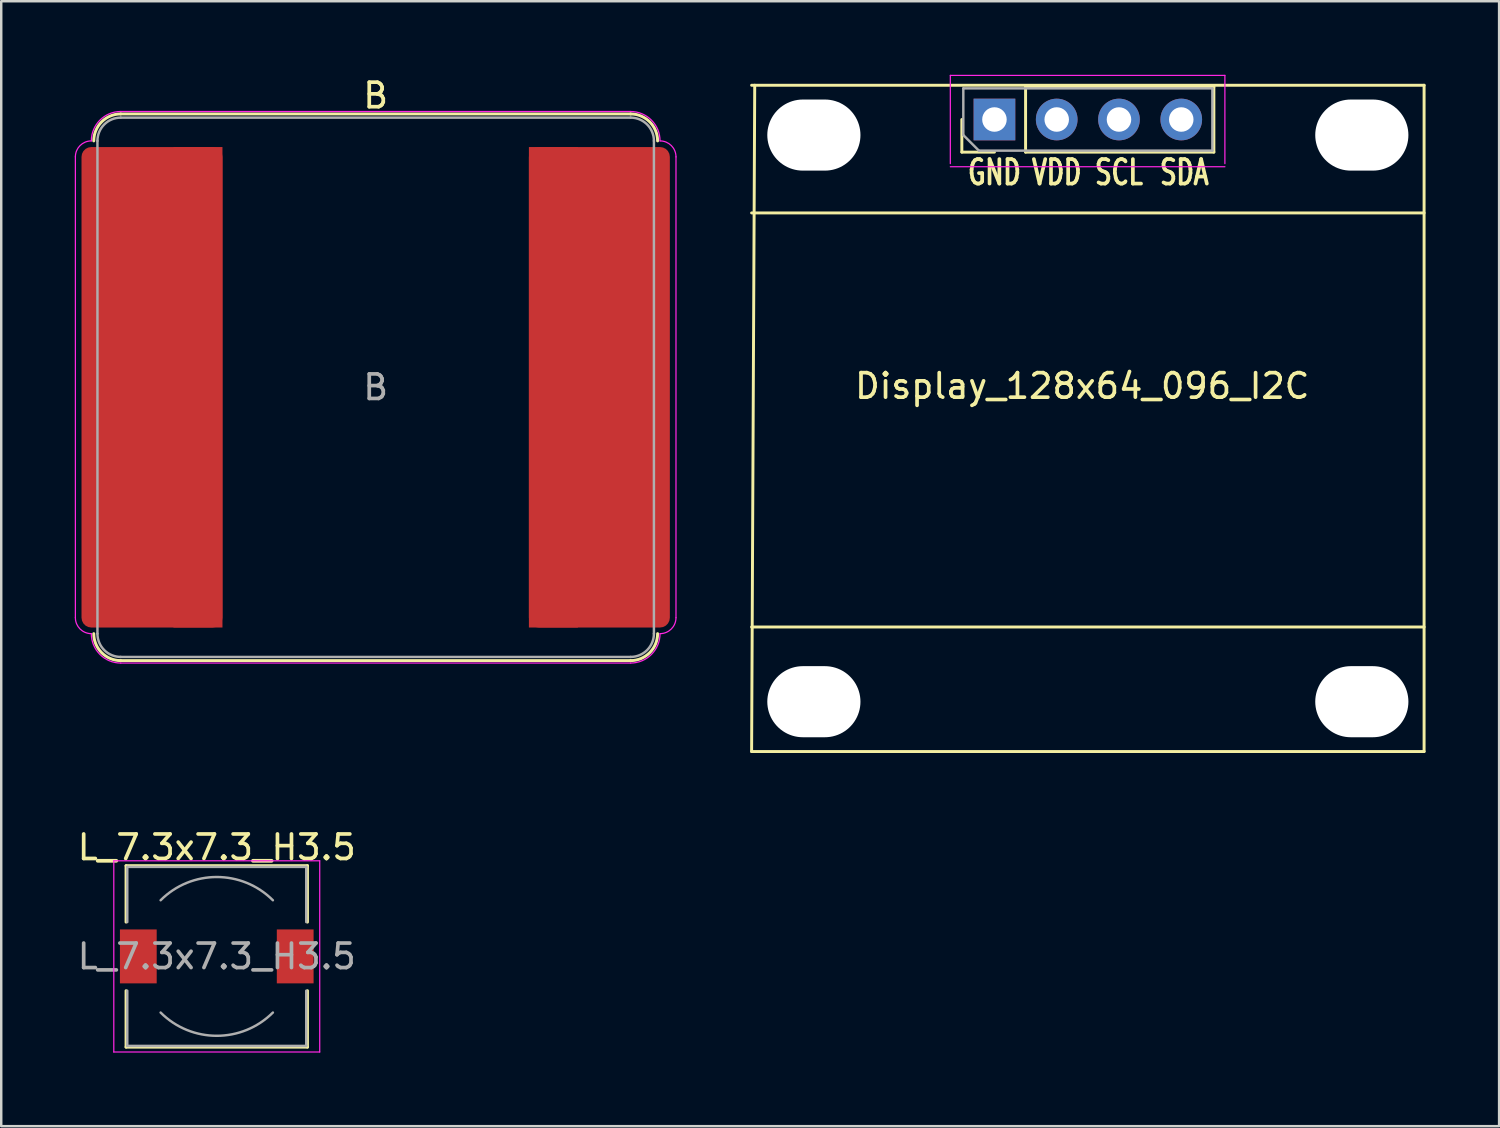
<source format=kicad_pcb>
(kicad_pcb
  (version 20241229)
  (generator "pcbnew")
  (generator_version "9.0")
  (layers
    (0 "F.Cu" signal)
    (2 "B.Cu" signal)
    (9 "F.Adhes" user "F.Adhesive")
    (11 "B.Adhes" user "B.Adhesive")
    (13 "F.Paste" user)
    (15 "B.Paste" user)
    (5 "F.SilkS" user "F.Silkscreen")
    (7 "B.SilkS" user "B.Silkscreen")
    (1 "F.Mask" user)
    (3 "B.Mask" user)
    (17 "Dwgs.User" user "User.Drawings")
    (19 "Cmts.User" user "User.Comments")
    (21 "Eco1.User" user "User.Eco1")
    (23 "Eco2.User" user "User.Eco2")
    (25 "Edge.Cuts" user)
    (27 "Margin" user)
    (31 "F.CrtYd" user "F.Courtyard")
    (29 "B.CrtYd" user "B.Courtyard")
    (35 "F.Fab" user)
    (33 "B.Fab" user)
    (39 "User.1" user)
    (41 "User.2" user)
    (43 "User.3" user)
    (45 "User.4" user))
  (footprint "L_7.3x7.3_H3.5"
    (layer "F.Cu")
    (at 5.792 35.964)
    (property "Reference" "L_7.3x7.3_H3.5" (at 0 -4.45 0) (layer "F.SilkS") (effects (font (size 1 1) (thickness 0.15))))
    (attr smd)
    (fp_line (start -3.7 -3.7) (end 3.7 -3.7) (stroke (width 0.12) (type solid)) (layer "F.SilkS"))
    (fp_line (start -3.7 -1.4) (end -3.7 -3.7) (stroke (width 0.12) (type solid)) (layer "F.SilkS"))
    (fp_line (start -3.7 3.7) (end -3.7 1.4) (stroke (width 0.12) (type solid)) (layer "F.SilkS"))
    (fp_line (start 3.7 -3.7) (end 3.7 -1.4) (stroke (width 0.12) (type solid)) (layer "F.SilkS"))
    (fp_line (start 3.7 1.4) (end 3.7 3.7) (stroke (width 0.12) (type solid)) (layer "F.SilkS"))
    (fp_line (start 3.7 3.7) (end -3.7 3.7) (stroke (width 0.12) (type solid)) (layer "F.SilkS"))
    (fp_line (start -4.2 -3.9) (end -4.2 3.9) (stroke (width 0.05) (type solid)) (layer "F.CrtYd"))
    (fp_line (start -4.2 3.9) (end 4.2 3.9) (stroke (width 0.05) (type solid)) (layer "F.CrtYd"))
    (fp_line (start 4.2 -3.9) (end -4.2 -3.9) (stroke (width 0.05) (type solid)) (layer "F.CrtYd"))
    (fp_line (start 4.2 3.9) (end 4.2 -3.9) (stroke (width 0.05) (type solid)) (layer "F.CrtYd"))
    (fp_line (start -3.65 -3.65) (end -3.65 -1.4) (stroke (width 0.1) (type solid)) (layer "F.Fab"))
    (fp_line (start -3.65 -3.65) (end 3.65 -3.65) (stroke (width 0.1) (type solid)) (layer "F.Fab"))
    (fp_line (start -3.65 3.65) (end -3.65 1.4) (stroke (width 0.1) (type solid)) (layer "F.Fab"))
    (fp_line (start 3.65 -3.65) (end 3.65 -1.4) (stroke (width 0.1) (type solid)) (layer "F.Fab"))
    (fp_line (start 3.65 3.65) (end -3.65 3.65) (stroke (width 0.1) (type solid)) (layer "F.Fab"))
    (fp_line (start 3.65 3.65) (end 3.65 1.4) (stroke (width 0.1) (type solid)) (layer "F.Fab"))
    (fp_arc (start -2.29 -2.29) (mid 0 -3.238549) (end 2.29 -2.29) (stroke (width 0.1) (type solid)) (layer "F.Fab"))
    (fp_arc (start 2.29 2.29) (mid 0 3.238549) (end -2.29 2.29) (stroke (width 0.1) (type solid)) (layer "F.Fab"))
    (fp_text user "${REFERENCE}" (at 0 0 0) (layer "F.Fab") (effects (font (size 1 1) (thickness 0.15))))
    (pad "1" smd rect (at -3.2 0) (size 1.5 2.2) (layers "F.Cu" "F.Mask" "F.Paste"))
    (pad "2" smd rect (at 3.2 0) (size 1.5 2.2) (layers "F.Cu" "F.Mask" "F.Paste")))
  (footprint "Display_128x64_096_I2C"
    (layer "F.Cu")
    (at 41.326 1.825)
    (property "Reference" "Display_128x64_096_I2C" (at -0.229 10.871 0) (layer "F.SilkS") (effects (font (size 1 1) (thickness 0.15))))
    (attr through_hole)
    (fp_line (start -13.716 -1.397) (end 13.716 -1.397) (stroke (width 0.12) (type solid)) (layer "F.SilkS"))
    (fp_line (start -13.716 3.81) (end 13.716 3.81) (stroke (width 0.12) (type solid)) (layer "F.SilkS"))
    (fp_line (start -13.716 20.701) (end 13.716 20.701) (stroke (width 0.12) (type solid)) (layer "F.SilkS"))
    (fp_line (start -13.716 25.781) (end -13.589 -1.397) (stroke (width 0.12) (type solid)) (layer "F.SilkS"))
    (fp_line (start -5.14 1.33) (end -5.14 0) (stroke (width 0.12) (type solid)) (layer "F.SilkS"))
    (fp_line (start -3.81 1.33) (end -5.14 1.33) (stroke (width 0.12) (type solid)) (layer "F.SilkS"))
    (fp_line (start -2.54 -1.33) (end 5.14 -1.33) (stroke (width 0.12) (type solid)) (layer "F.SilkS"))
    (fp_line (start -2.54 1.33) (end -2.54 -1.33) (stroke (width 0.12) (type solid)) (layer "F.SilkS"))
    (fp_line (start -2.54 1.33) (end 5.14 1.33) (stroke (width 0.12) (type solid)) (layer "F.SilkS"))
    (fp_line (start 5.14 1.33) (end 5.14 -1.33) (stroke (width 0.12) (type solid)) (layer "F.SilkS"))
    (fp_line (start 13.716 25.781) (end -13.716 25.781) (stroke (width 0.12) (type solid)) (layer "F.SilkS"))
    (fp_line (start 13.716 25.781) (end 13.716 -1.397) (stroke (width 0.12) (type solid)) (layer "F.SilkS"))
    (fp_line (start -5.61 -1.8) (end -5.61 1.8) (stroke (width 0.05) (type solid)) (layer "F.CrtYd"))
    (fp_line (start -5.61 1.927) (end 5.59 1.927) (stroke (width 0.05) (type solid)) (layer "F.CrtYd"))
    (fp_line (start 5.59 -1.8) (end -5.61 -1.8) (stroke (width 0.05) (type solid)) (layer "F.CrtYd"))
    (fp_line (start 5.59 1.8) (end 5.59 -1.8) (stroke (width 0.05) (type solid)) (layer "F.CrtYd"))
    (fp_line (start -5.08 -1.27) (end 5.08 -1.27) (stroke (width 0.1) (type solid)) (layer "F.Fab"))
    (fp_line (start -5.08 0.635) (end -5.08 -1.27) (stroke (width 0.1) (type solid)) (layer "F.Fab"))
    (fp_line (start -4.445 1.27) (end -5.08 0.635) (stroke (width 0.1) (type solid)) (layer "F.Fab"))
    (fp_line (start 5.08 -1.27) (end 5.08 1.27) (stroke (width 0.1) (type solid)) (layer "F.Fab"))
    (fp_line (start 5.08 1.27) (end -4.445 1.27) (stroke (width 0.1) (type solid)) (layer "F.Fab"))
    (fp_text user "SDA" (at 3.937 2.159 0) (layer "F.SilkS") (effects (font (size 1 0.7) (thickness 0.15))))
    (fp_text user "SCL" (at 1.27 2.159 0) (layer "F.SilkS") (effects (font (size 1 0.7) (thickness 0.15))))
    (fp_text user "GND" (at -3.81 2.159 0) (layer "F.SilkS") (effects (font (size 1 0.7) (thickness 0.15))))
    (fp_text user "VDD" (at -1.27 2.159 0) (layer "F.SilkS") (effects (font (size 1 0.7) (thickness 0.15))))
    (pad "" np_thru_hole oval (at -11.176 0.635) (size 3.8 2.9) (drill oval 3.8 2.9) (layers "*.Cu" "*.Mask"))
    (pad "" np_thru_hole oval (at -11.176 23.749) (size 3.8 2.9) (drill oval 3.8 2.9) (layers "*.Cu" "*.Mask"))
    (pad "" np_thru_hole oval (at 11.176 0.635) (size 3.8 2.9) (drill oval 3.8 2.9) (layers "*.Cu" "*.Mask"))
    (pad "" np_thru_hole oval (at 11.176 23.749) (size 3.8 2.9) (drill oval 3.8 2.9) (layers "*.Cu" "*.Mask"))
    (pad "1" thru_hole rect (at -3.81 0 90) (size 1.7 1.7) (drill 1) (layers "*.Cu" "*.Mask"))
    (pad "2" thru_hole oval (at -1.27 0 90) (size 1.7 1.7) (drill 1) (layers "*.Cu" "*.Mask"))
    (pad "3" thru_hole oval (at 1.27 0 90) (size 1.7 1.7) (drill 1) (layers "*.Cu" "*.Mask"))
    (pad "4" thru_hole oval (at 3.81 0 90) (size 1.7 1.7) (drill 1) (layers "*.Cu" "*.Mask")))
  (footprint "B"
    (layer "F.Cu")
    (at 12.275 12.748)
    (property "Reference" "B" (at 0 -11.9 0) (layer "F.SilkS") (effects (font (size 1 1) (thickness 0.15))))
    (attr smd)
    (fp_line (start -10.4 -11.15) (end 10.4 -11.15) (stroke (width 0.12) (type solid)) (layer "F.SilkS"))
    (fp_line (start 10.4 11.15) (end -10.4 11.15) (stroke (width 0.12) (type solid)) (layer "F.SilkS"))
    (fp_arc (start -11.5 -10.05) (mid -11.177817 -10.827817) (end -10.4 -11.15) (stroke (width 0.12) (type solid)) (layer "F.SilkS"))
    (fp_arc (start -10.4 11.15) (mid -11.177817 10.827817) (end -11.5 10.05) (stroke (width 0.12) (type solid)) (layer "F.SilkS"))
    (fp_arc (start 10.4 -11.15) (mid 11.177817 -10.827817) (end 11.5 -10.05) (stroke (width 0.12) (type solid)) (layer "F.SilkS"))
    (fp_arc (start 11.5 10.05) (mid 11.177817 10.827817) (end 10.4 11.15) (stroke (width 0.12) (type solid)) (layer "F.SilkS"))
    (fp_line (start -12.25 9.4) (end -12.25 -9.4) (stroke (width 0.05) (type solid)) (layer "F.CrtYd"))
    (fp_line (start -10.4 -11.25) (end 10.4 -11.25) (stroke (width 0.05) (type solid)) (layer "F.CrtYd"))
    (fp_line (start 10.4 11.25) (end -10.4 11.25) (stroke (width 0.05) (type solid)) (layer "F.CrtYd"))
    (fp_line (start 12.25 -9.4) (end 12.25 9.4) (stroke (width 0.05) (type solid)) (layer "F.CrtYd"))
    (fp_arc (start -12.25 -9.4) (mid -12.059619 -9.859619) (end -11.6 -10.05) (stroke (width 0.05) (type solid)) (layer "F.CrtYd"))
    (fp_arc (start -11.6 -10.05) (mid -11.248528 -10.898528) (end -10.4 -11.25) (stroke (width 0.05) (type solid)) (layer "F.CrtYd"))
    (fp_arc (start -11.6 10.05) (mid -12.059619 9.859619) (end -12.25 9.4) (stroke (width 0.05) (type solid)) (layer "F.CrtYd"))
    (fp_arc (start -10.4 11.25) (mid -11.248528 10.898528) (end -11.6 10.05) (stroke (width 0.05) (type solid)) (layer "F.CrtYd"))
    (fp_arc (start 10.4 -11.25) (mid 11.248528 -10.898528) (end 11.6 -10.05) (stroke (width 0.05) (type solid)) (layer "F.CrtYd"))
    (fp_arc (start 11.6 -10.05) (mid 12.059619 -9.859619) (end 12.25 -9.4) (stroke (width 0.05) (type solid)) (layer "F.CrtYd"))
    (fp_arc (start 11.6 10.05) (mid 11.248528 10.898528) (end 10.4 11.25) (stroke (width 0.05) (type solid)) (layer "F.CrtYd"))
    (fp_arc (start 12.25 9.4) (mid 12.059619 9.859619) (end 11.6 10.05) (stroke (width 0.05) (type solid)) (layer "F.CrtYd"))
    (fp_line (start -11.35 -10.05) (end -11.35 10.05) (stroke (width 0.1) (type solid)) (layer "F.Fab"))
    (fp_line (start -10.4 -11) (end 10.4 -11) (stroke (width 0.1) (type solid)) (layer "F.Fab"))
    (fp_line (start 10.4 11) (end -10.4 11) (stroke (width 0.1) (type solid)) (layer "F.Fab"))
    (fp_line (start 11.35 -10.05) (end 11.35 10.05) (stroke (width 0.1) (type solid)) (layer "F.Fab"))
    (fp_arc (start -11.35 -10.05) (mid -11.071751 -10.721751) (end -10.4 -11) (stroke (width 0.1) (type solid)) (layer "F.Fab"))
    (fp_arc (start -10.4 11) (mid -11.071751 10.721751) (end -11.35 10.05) (stroke (width 0.1) (type solid)) (layer "F.Fab"))
    (fp_arc (start 10.4 -11) (mid 11.071751 -10.721751) (end 11.35 -10.05) (stroke (width 0.1) (type solid)) (layer "F.Fab"))
    (fp_arc (start 11.35 10.05) (mid 11.071751 10.721751) (end 10.4 11) (stroke (width 0.1) (type solid)) (layer "F.Fab"))
    (fp_text user "${REFERENCE}" (at 0 0 0) (layer "F.Fab") (effects (font (size 1 1) (thickness 0.15))))
    (pad "1" smd roundrect (at -9.125 0) (size 5.75 19.6) (layers "F.Cu" "F.Mask" "F.Paste") (roundrect_rratio 0.07))
    (pad "1" smd rect (at -7.25 0) (size 2 19.6) (layers "F.Cu" "F.Mask" "F.Paste"))
    (pad "2" smd rect (at 7.25 0) (size 2 19.6) (layers "F.Cu" "F.Mask" "F.Paste"))
    (pad "2" smd roundrect (at 9.125 0) (size 5.75 19.6) (layers "F.Cu" "F.Mask" "F.Paste") (roundrect_rratio 0.07)))
  (gr_rect
    (start -3 -3)
    (end 58.102 42.889)
    (stroke (width 0.1) (type default))
    (fill no)
    (layer "Edge.Cuts")))
</source>
